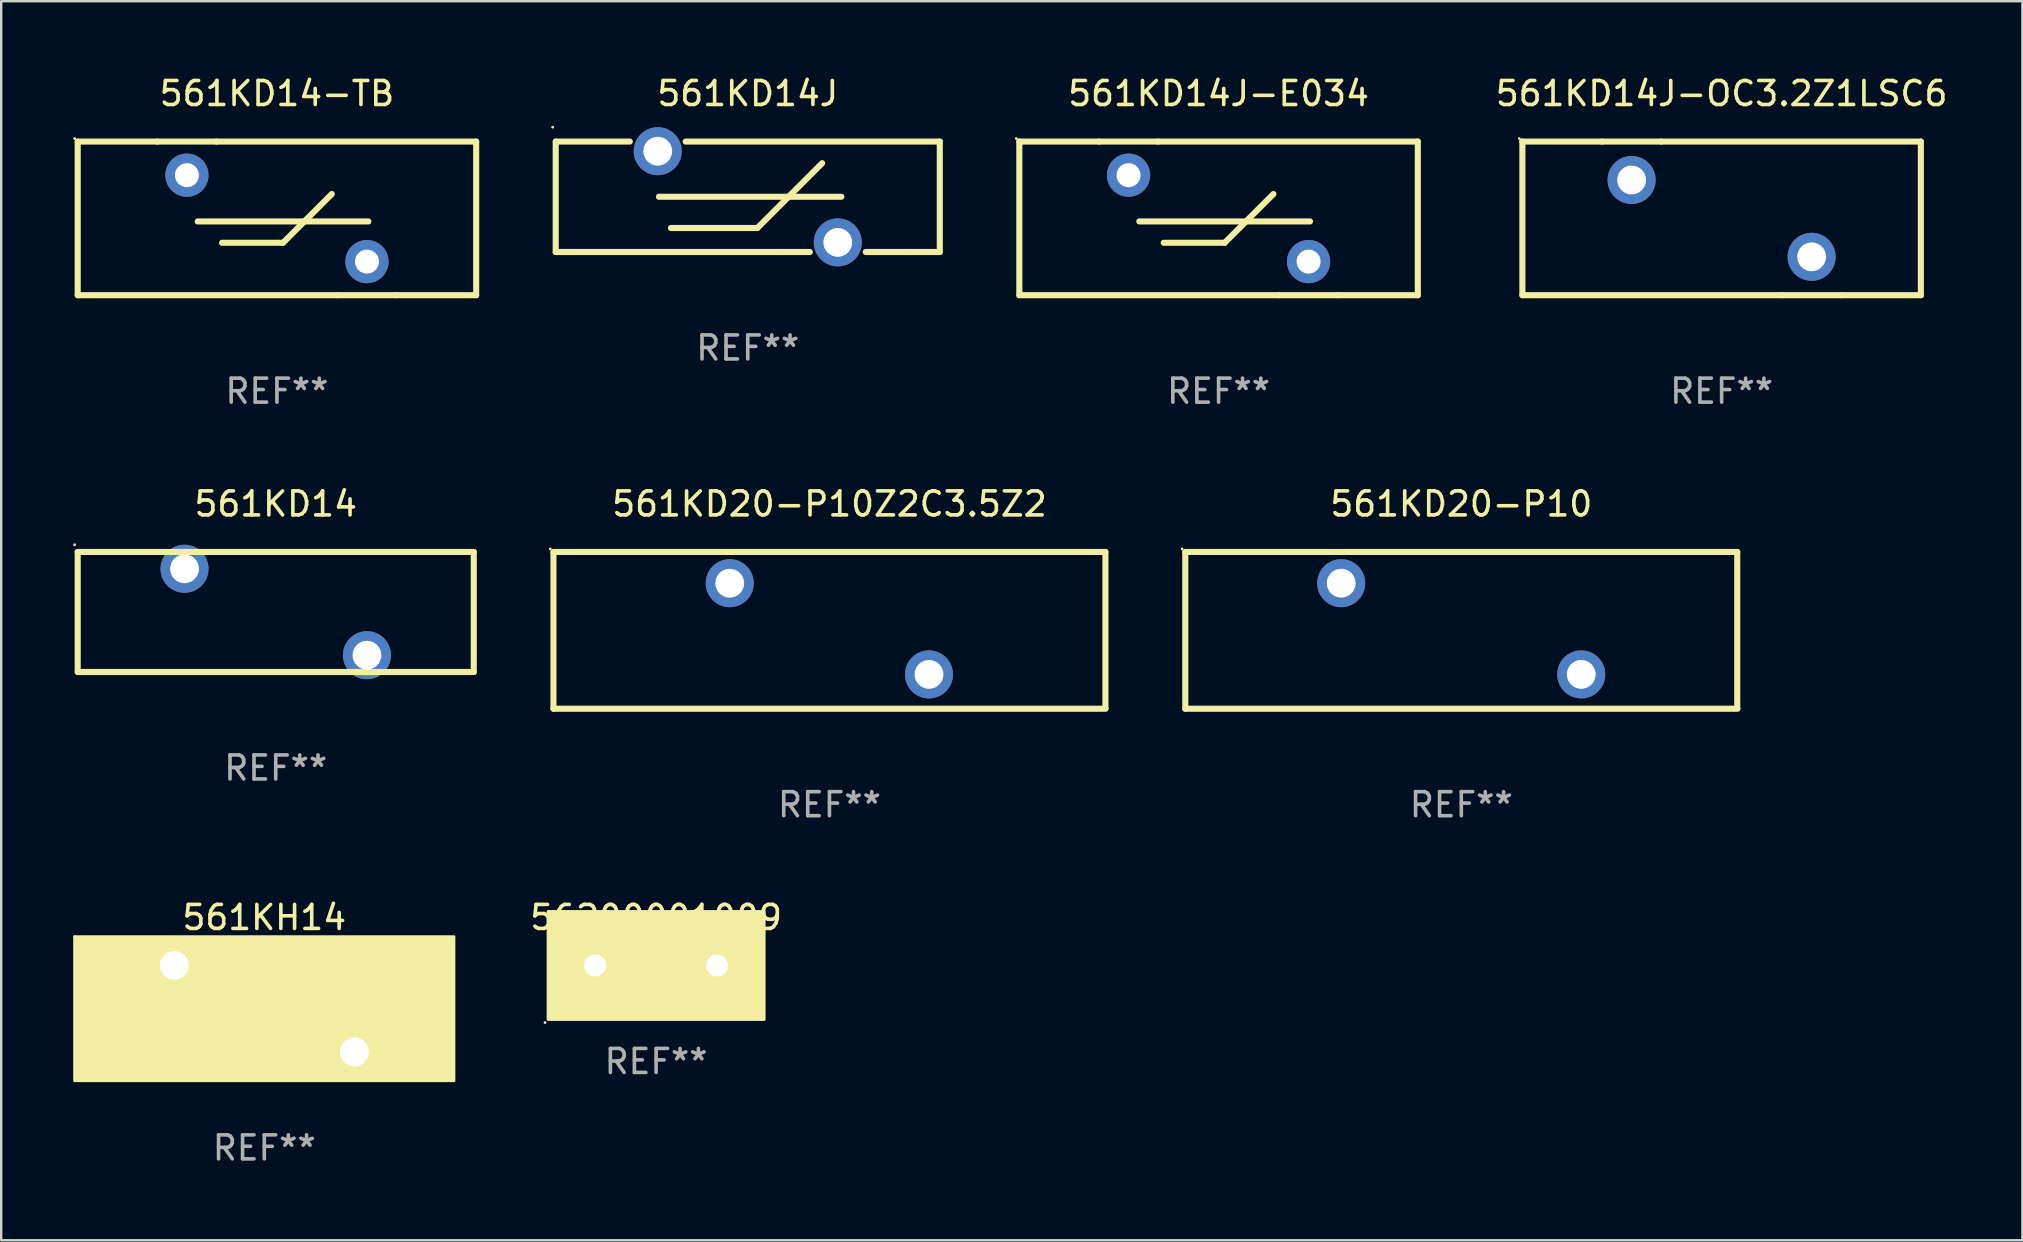
<source format=kicad_pcb>
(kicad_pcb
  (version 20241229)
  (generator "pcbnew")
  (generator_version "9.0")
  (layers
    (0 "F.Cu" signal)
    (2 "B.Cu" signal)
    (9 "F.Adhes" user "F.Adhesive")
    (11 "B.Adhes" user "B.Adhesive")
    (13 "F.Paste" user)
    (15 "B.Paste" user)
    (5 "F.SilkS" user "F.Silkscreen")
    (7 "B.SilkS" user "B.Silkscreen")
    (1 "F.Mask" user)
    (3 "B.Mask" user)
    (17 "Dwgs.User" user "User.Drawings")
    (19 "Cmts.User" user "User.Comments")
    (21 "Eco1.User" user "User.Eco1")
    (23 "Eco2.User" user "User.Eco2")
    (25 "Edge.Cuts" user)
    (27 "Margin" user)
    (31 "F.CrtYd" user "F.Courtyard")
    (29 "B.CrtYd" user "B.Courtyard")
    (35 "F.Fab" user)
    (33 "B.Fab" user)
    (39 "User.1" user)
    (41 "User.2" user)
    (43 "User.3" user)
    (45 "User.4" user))
  (footprint "561KD14-TB"
    (layer "F.Cu")
    (at 8.487 6.048)
    (property "Reference" "561KD14-TB" (at 0 -5.2 0) (layer "F.SilkS") (effects (font (size 1 1) (thickness 0.15))))
    (attr through_hole)
    (fp_line (start -8.3 -3.2) (end -8.3 3.2) (stroke (width 0.254) (type solid)) (layer "F.SilkS"))
    (fp_line (start -8.3 -3.2) (end -4.981 -3.2) (stroke (width 0.254) (type solid)) (layer "F.SilkS"))
    (fp_line (start -8.3 3.2) (end 2.519 3.2) (stroke (width 0.254) (type solid)) (layer "F.SilkS"))
    (fp_line (start -4.981 -3.2) (end -2.519 -3.2) (stroke (width 0.254) (type solid)) (layer "F.SilkS"))
    (fp_line (start -3.302 0.127) (end 3.81 0.127) (stroke (width 0.254) (type solid)) (layer "F.SilkS"))
    (fp_line (start -2.519 -3.2) (end 8.3 -3.2) (stroke (width 0.254) (type solid)) (layer "F.SilkS"))
    (fp_line (start -2.286 1.016) (end 0.254 1.016) (stroke (width 0.254) (type solid)) (layer "F.SilkS"))
    (fp_line (start 0.254 1.016) (end 2.286 -1.016) (stroke (width 0.254) (type solid)) (layer "F.SilkS"))
    (fp_line (start 4.981 3.2) (end 2.519 3.2) (stroke (width 0.254) (type solid)) (layer "F.SilkS"))
    (fp_line (start 4.981 3.2) (end 8.3 3.2) (stroke (width 0.254) (type solid)) (layer "F.SilkS"))
    (fp_line (start 8.3 -3.2) (end 8.3 3.2) (stroke (width 0.254) (type solid)) (layer "F.SilkS"))
    (fp_circle (center -8.427 -3.327) (end -8.397 -3.327) (stroke (width 0.06) (type solid)) (fill no) (layer "F.SilkS"))
    (fp_text user "REF**" (at 0 7.2 0) (layer "F.Fab") (effects (font (size 1 1) (thickness 0.15))))
    (pad "1" thru_hole circle (at -3.75 -1.8) (size 1.8 1.8) (drill 1) (layers "*.Cu" "*.Mask"))
    (pad "2" thru_hole circle (at 3.75 1.8) (size 1.8 1.8) (drill 1) (layers "*.Cu" "*.Mask")))
  (footprint "561KD20-P10Z2C3.5Z2"
    (layer "F.Cu")
    (at 31.505 23.21)
    (property "Reference" "561KD20-P10Z2C3.5Z2" (at 0 -5.265 0) (layer "F.SilkS") (effects (font (size 1 1) (thickness 0.15))))
    (attr through_hole)
    (fp_line (start -11.504 -3.265) (end 11.496 -3.265) (stroke (width 0.254) (type solid)) (layer "F.SilkS"))
    (fp_line (start -11.498 3.265) (end -11.498 -3.235) (stroke (width 0.254) (type solid)) (layer "F.SilkS"))
    (fp_line (start 11.496 -3.265) (end 11.496 3.235) (stroke (width 0.254) (type solid)) (layer "F.SilkS"))
    (fp_line (start 11.504 3.265) (end -11.498 3.265) (stroke (width 0.254) (type solid)) (layer "F.SilkS"))
    (fp_circle (center -11.631 -3.392) (end -11.601 -3.392) (stroke (width 0.06) (type solid)) (fill no) (layer "F.SilkS"))
    (fp_text user "REF**" (at 0 7.265 0) (layer "F.Fab") (effects (font (size 1 1) (thickness 0.15))))
    (pad "1" thru_hole circle (at -4.155 -1.965) (size 2 2) (drill 1.2) (layers "*.Cu" "*.Mask"))
    (pad "2" thru_hole circle (at 4.146 1.835) (size 2 2) (drill 1.2) (layers "*.Cu" "*.Mask")))
  (footprint "561KD14"
    (layer "F.Cu")
    (at 8.437 22.445)
    (property "Reference" "561KD14" (at 0 -4.5 0) (layer "F.SilkS") (effects (font (size 1 1) (thickness 0.15))))
    (attr through_hole)
    (fp_line (start -8.25 -2.5) (end 8.25 -2.5) (stroke (width 0.254) (type solid)) (layer "F.SilkS"))
    (fp_line (start -8.25 2.5) (end -8.25 -2.5) (stroke (width 0.254) (type solid)) (layer "F.SilkS"))
    (fp_line (start 8.25 -2.5) (end 8.25 2.5) (stroke (width 0.254) (type solid)) (layer "F.SilkS"))
    (fp_line (start 8.25 2.5) (end -8.25 2.5) (stroke (width 0.254) (type solid)) (layer "F.SilkS"))
    (fp_circle (center -8.377 -2.8) (end -8.347 -2.8) (stroke (width 0.06) (type solid)) (fill no) (layer "F.SilkS"))
    (fp_text user "REF**" (at 0 6.5 0) (layer "F.Fab") (effects (font (size 1 1) (thickness 0.15))))
    (pad "1" thru_hole circle (at -3.8 -1.8) (size 2 2) (drill 1.2) (layers "*.Cu" "*.Mask"))
    (pad "2" thru_hole circle (at 3.8 1.8) (size 2 2) (drill 1.2) (layers "*.Cu" "*.Mask")))
  (footprint "561KH14"
    (layer "F.Cu")
    (at 7.96 38.972)
    (property "Reference" "561KH14" (at 0 -3.8 0) (layer "F.SilkS") (effects (font (size 1 1) (thickness 0.15))))
    (attr through_hole)
    (fp_circle (center -7.9 -3) (end -7.87 -3) (stroke (width 0.06) (type solid)) (fill no) (layer "F.SilkS"))
    (fp_poly (pts (xy -7.9 -3) (xy 7.9 -3) (xy 7.9 3) (xy -7.9 3)) (stroke (width 0.12) (type solid)) (fill yes) (layer "F.SilkS"))
    (fp_text user "REF**" (at 0 5.8 0) (layer "F.Fab") (effects (font (size 1 1) (thickness 0.15))))
    (pad "1" thru_hole circle (at -3.75 -1.8) (size 2 2) (drill 1.2) (layers "*.Cu" "*.Mask"))
    (pad "2" thru_hole circle (at 3.75 1.8) (size 2 2) (drill 1.2) (layers "*.Cu" "*.Mask")))
  (footprint "561KD14J-OC3.2Z1LSC6"
    (layer "F.Cu")
    (at 68.672 6.048)
    (property "Reference" "561KD14J-OC3.2Z1LSC6" (at 0 -5.2 0) (layer "F.SilkS") (effects (font (size 1 1) (thickness 0.15))))
    (attr through_hole)
    (fp_line (start -8.3 -3.2) (end -8.3 3.2) (stroke (width 0.254) (type solid)) (layer "F.SilkS"))
    (fp_line (start -8.3 -3.2) (end -4.981 -3.2) (stroke (width 0.254) (type solid)) (layer "F.SilkS"))
    (fp_line (start -8.3 3.2) (end 2.519 3.2) (stroke (width 0.254) (type solid)) (layer "F.SilkS"))
    (fp_line (start -4.981 -3.2) (end -2.519 -3.2) (stroke (width 0.254) (type solid)) (layer "F.SilkS"))
    (fp_line (start -2.519 -3.2) (end 8.3 -3.2) (stroke (width 0.254) (type solid)) (layer "F.SilkS"))
    (fp_line (start 4.981 3.2) (end 2.519 3.2) (stroke (width 0.254) (type solid)) (layer "F.SilkS"))
    (fp_line (start 4.981 3.2) (end 8.3 3.2) (stroke (width 0.254) (type solid)) (layer "F.SilkS"))
    (fp_line (start 8.3 -3.2) (end 8.3 3.2) (stroke (width 0.254) (type solid)) (layer "F.SilkS"))
    (fp_circle (center -8.427 -3.327) (end -8.397 -3.327) (stroke (width 0.06) (type solid)) (fill no) (layer "F.SilkS"))
    (fp_text user "REF**" (at 0 7.2 0) (layer "F.Fab") (effects (font (size 1 1) (thickness 0.15))))
    (pad "1" thru_hole circle (at -3.75 -1.6) (size 2 2) (drill 1.2) (layers "*.Cu" "*.Mask"))
    (pad "2" thru_hole circle (at 3.75 1.6) (size 2 2) (drill 1.2) (layers "*.Cu" "*.Mask")))
  (footprint "561KD14J"
    (layer "F.Cu")
    (at 28.101 5.148)
    (property "Reference" "561KD14J" (at 0 -4.3 0) (layer "F.SilkS") (effects (font (size 1 1) (thickness 0.15))))
    (attr through_hole)
    (fp_line (start -8 -2.3) (end -8 2.3) (stroke (width 0.254) (type solid)) (layer "F.SilkS"))
    (fp_line (start -8 -2.3) (end -4.914 -2.3) (stroke (width 0.254) (type solid)) (layer "F.SilkS"))
    (fp_line (start -8 2.3) (end 2.586 2.3) (stroke (width 0.254) (type solid)) (layer "F.SilkS"))
    (fp_line (start -3.7 0) (end 3.9 0) (stroke (width 0.254) (type solid)) (layer "F.SilkS"))
    (fp_line (start -3.2 1.3) (end 0.4 1.3) (stroke (width 0.254) (type solid)) (layer "F.SilkS"))
    (fp_line (start -2.586 -2.3) (end 8 -2.3) (stroke (width 0.254) (type solid)) (layer "F.SilkS"))
    (fp_line (start 0.4 1.3) (end 3.1 -1.4) (stroke (width 0.254) (type solid)) (layer "F.SilkS"))
    (fp_line (start 4.914 2.3) (end 8 2.3) (stroke (width 0.254) (type solid)) (layer "F.SilkS"))
    (fp_line (start 8 -2.3) (end 8 2.3) (stroke (width 0.254) (type solid)) (layer "F.SilkS"))
    (fp_circle (center -8.127 -2.9) (end -8.097 -2.9) (stroke (width 0.06) (type solid)) (fill no) (layer "F.SilkS"))
    (fp_text user "REF**" (at 0 6.3 0) (layer "F.Fab") (effects (font (size 1 1) (thickness 0.15))))
    (pad "1" thru_hole circle (at -3.75 -1.9) (size 2 2) (drill 1.2) (layers "*.Cu" "*.Mask"))
    (pad "2" thru_hole circle (at 3.75 1.9) (size 2 2) (drill 1.2) (layers "*.Cu" "*.Mask")))
  (footprint "561KD14J-E034"
    (layer "F.Cu")
    (at 47.715 6.048)
    (property "Reference" "561KD14J-E034" (at 0 -5.2 0) (layer "F.SilkS") (effects (font (size 1 1) (thickness 0.15))))
    (attr through_hole)
    (fp_line (start -8.3 -3.2) (end -8.3 3.2) (stroke (width 0.254) (type solid)) (layer "F.SilkS"))
    (fp_line (start -8.3 -3.2) (end -4.981 -3.2) (stroke (width 0.254) (type solid)) (layer "F.SilkS"))
    (fp_line (start -8.3 3.2) (end 2.519 3.2) (stroke (width 0.254) (type solid)) (layer "F.SilkS"))
    (fp_line (start -4.981 -3.2) (end -2.519 -3.2) (stroke (width 0.254) (type solid)) (layer "F.SilkS"))
    (fp_line (start -3.302 0.127) (end 3.81 0.127) (stroke (width 0.254) (type solid)) (layer "F.SilkS"))
    (fp_line (start -2.519 -3.2) (end 8.3 -3.2) (stroke (width 0.254) (type solid)) (layer "F.SilkS"))
    (fp_line (start -2.286 1.016) (end 0.254 1.016) (stroke (width 0.254) (type solid)) (layer "F.SilkS"))
    (fp_line (start 0.254 1.016) (end 2.286 -1.016) (stroke (width 0.254) (type solid)) (layer "F.SilkS"))
    (fp_line (start 4.981 3.2) (end 2.519 3.2) (stroke (width 0.254) (type solid)) (layer "F.SilkS"))
    (fp_line (start 4.981 3.2) (end 8.3 3.2) (stroke (width 0.254) (type solid)) (layer "F.SilkS"))
    (fp_line (start 8.3 -3.2) (end 8.3 3.2) (stroke (width 0.254) (type solid)) (layer "F.SilkS"))
    (fp_circle (center -8.427 -3.327) (end -8.397 -3.327) (stroke (width 0.06) (type solid)) (fill no) (layer "F.SilkS"))
    (fp_text user "REF**" (at 0 7.2 0) (layer "F.Fab") (effects (font (size 1 1) (thickness 0.15))))
    (pad "1" thru_hole circle (at -3.75 -1.8) (size 1.8 1.8) (drill 1) (layers "*.Cu" "*.Mask"))
    (pad "2" thru_hole circle (at 3.75 1.8) (size 1.8 1.8) (drill 1) (layers "*.Cu" "*.Mask")))
  (footprint "56200001009"
    (layer "F.Cu")
    (at 24.283 37.172)
    (property "Reference" "56200001009" (at 0 -2 0) (layer "F.SilkS") (effects (font (size 1 1) (thickness 0.15))))
    (attr through_hole)
    (fp_circle (center -4.627 2.377) (end -4.597 2.377) (stroke (width 0.06) (type solid)) (fill no) (layer "F.SilkS"))
    (fp_poly (pts (xy -4.5 -2.25) (xy 4.5 -2.25) (xy 4.5 2.25) (xy -4.5 2.25)) (stroke (width 0.12) (type solid)) (fill yes) (layer "F.SilkS"))
    (fp_text user "REF**" (at 0 4 0) (layer "F.Fab") (effects (font (size 1 1) (thickness 0.15))))
    (pad "1" thru_hole circle (at -2.54 0) (size 1.524 1.524) (drill 0.914) (layers "*.Cu" "*.Mask"))
    (pad "2" thru_hole circle (at 2.54 0) (size 1.524 1.524) (drill 0.914) (layers "*.Cu" "*.Mask")))
  (footprint "561KD20-P10"
    (layer "F.Cu")
    (at 57.827 23.21)
    (property "Reference" "561KD20-P10" (at 0 -5.265 0) (layer "F.SilkS") (effects (font (size 1 1) (thickness 0.15))))
    (attr through_hole)
    (fp_line (start -11.504 -3.265) (end 11.496 -3.265) (stroke (width 0.254) (type solid)) (layer "F.SilkS"))
    (fp_line (start -11.498 3.265) (end -11.498 -3.235) (stroke (width 0.254) (type solid)) (layer "F.SilkS"))
    (fp_line (start 11.496 -3.265) (end 11.496 3.235) (stroke (width 0.254) (type solid)) (layer "F.SilkS"))
    (fp_line (start 11.504 3.265) (end -11.498 3.265) (stroke (width 0.254) (type solid)) (layer "F.SilkS"))
    (fp_circle (center -11.631 -3.392) (end -11.601 -3.392) (stroke (width 0.06) (type solid)) (fill no) (layer "F.SilkS"))
    (fp_text user "REF**" (at 0 7.265 0) (layer "F.Fab") (effects (font (size 1 1) (thickness 0.15))))
    (pad "1" thru_hole circle (at -5.004 -1.965) (size 2 2) (drill 1.2) (layers "*.Cu" "*.Mask"))
    (pad "2" thru_hole circle (at 4.996 1.835) (size 2 2) (drill 1.2) (layers "*.Cu" "*.Mask")))
  (gr_rect
    (start -3 -3)
    (end 81.202 48.62)
    (stroke (width 0.1) (type default))
    (fill no)
    (layer "Edge.Cuts")))
</source>
